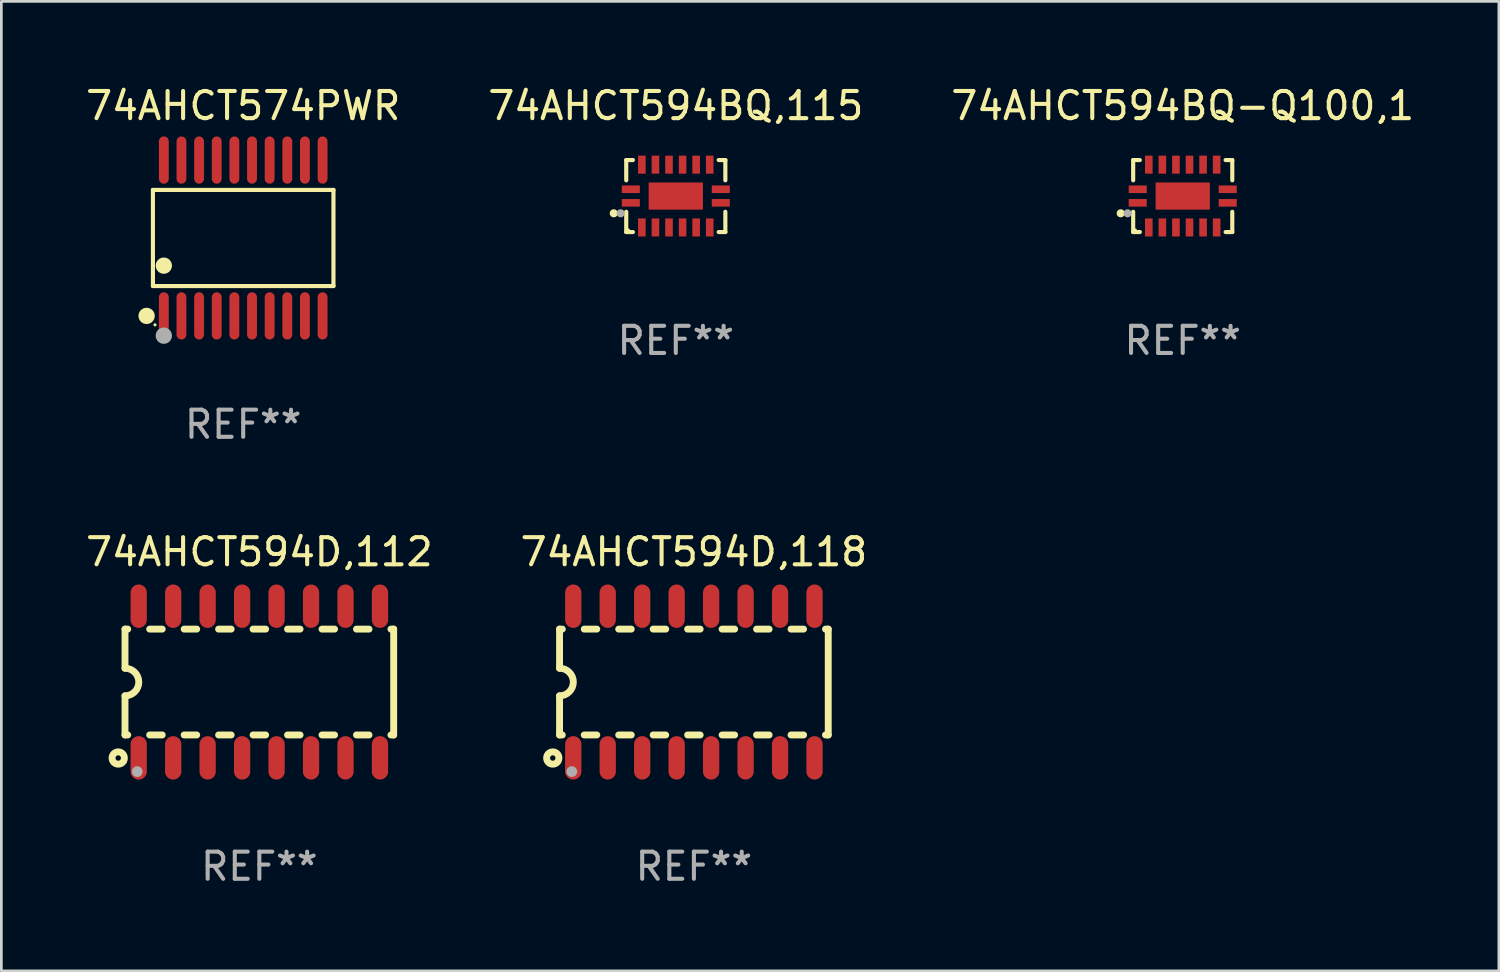
<source format=kicad_pcb>
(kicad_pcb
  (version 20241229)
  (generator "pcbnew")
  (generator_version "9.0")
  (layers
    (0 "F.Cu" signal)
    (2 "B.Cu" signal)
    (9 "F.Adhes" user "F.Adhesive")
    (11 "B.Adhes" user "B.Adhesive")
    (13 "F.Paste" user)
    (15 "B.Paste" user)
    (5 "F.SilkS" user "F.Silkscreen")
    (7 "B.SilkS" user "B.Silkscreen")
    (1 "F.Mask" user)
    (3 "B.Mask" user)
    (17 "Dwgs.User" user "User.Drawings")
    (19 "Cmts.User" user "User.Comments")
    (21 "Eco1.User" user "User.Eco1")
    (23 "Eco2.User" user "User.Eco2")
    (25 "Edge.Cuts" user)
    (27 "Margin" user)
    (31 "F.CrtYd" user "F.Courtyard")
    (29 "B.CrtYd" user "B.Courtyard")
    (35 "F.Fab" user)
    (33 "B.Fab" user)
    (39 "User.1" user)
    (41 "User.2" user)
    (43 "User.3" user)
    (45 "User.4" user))
  (footprint "74AHCT594BQ,115"
    (layer "F.Cu")
    (at 21.851 4.174)
    (property "Reference" "74AHCT594BQ,115" (at 0 -3.326 0) (layer "F.SilkS") (effects (font (size 1 1) (thickness 0.15))))
    (attr through_hole)
    (fp_line (start -1.826 -1.326) (end -1.58 -1.326) (stroke (width 0.152) (type solid)) (layer "F.SilkS"))
    (fp_line (start -1.826 -0.58) (end -1.826 -1.326) (stroke (width 0.152) (type solid)) (layer "F.SilkS"))
    (fp_line (start -1.826 0.58) (end -1.826 1.326) (stroke (width 0.152) (type solid)) (layer "F.SilkS"))
    (fp_line (start -1.826 1.326) (end -1.58 1.326) (stroke (width 0.152) (type solid)) (layer "F.SilkS"))
    (fp_line (start 1.826 -1.326) (end 1.58 -1.326) (stroke (width 0.152) (type solid)) (layer "F.SilkS"))
    (fp_line (start 1.826 -0.58) (end 1.826 -1.326) (stroke (width 0.152) (type solid)) (layer "F.SilkS"))
    (fp_line (start 1.826 0.58) (end 1.826 1.326) (stroke (width 0.152) (type solid)) (layer "F.SilkS"))
    (fp_line (start 1.826 1.326) (end 1.58 1.326) (stroke (width 0.152) (type solid)) (layer "F.SilkS"))
    (fp_circle (center -2.286 0.635) (end -2.211 0.635) (stroke (width 0.15) (type solid)) (fill no) (layer "F.SilkS"))
    (fp_circle (center -1.75 1.25) (end -1.72 1.25) (stroke (width 0.06) (type solid)) (fill no) (layer "F.SilkS"))
    (fp_circle (center -2.032 0.635) (end -1.957 0.635) (stroke (width 0.15) (type solid)) (fill no) (layer "F.Fab"))
    (fp_text user "REF**" (at 0 5.326 0) (layer "F.Fab") (effects (font (size 1 1) (thickness 0.15))))
    (pad "1" smd rect (at -1.658 0.25) (size 0.665 0.28) (layers "F.Cu" "F.Mask" "F.Paste"))
    (pad "2" smd rect (at -1.25 1.157) (size 0.28 0.665) (layers "F.Cu" "F.Mask" "F.Paste"))
    (pad "3" smd rect (at -0.75 1.157) (size 0.28 0.665) (layers "F.Cu" "F.Mask" "F.Paste"))
    (pad "4" smd rect (at -0.25 1.157) (size 0.28 0.665) (layers "F.Cu" "F.Mask" "F.Paste"))
    (pad "5" smd rect (at 0.25 1.157) (size 0.28 0.665) (layers "F.Cu" "F.Mask" "F.Paste"))
    (pad "6" smd rect (at 0.75 1.157) (size 0.28 0.665) (layers "F.Cu" "F.Mask" "F.Paste"))
    (pad "7" smd rect (at 1.25 1.157) (size 0.28 0.665) (layers "F.Cu" "F.Mask" "F.Paste"))
    (pad "8" smd rect (at 1.658 0.25) (size 0.665 0.28) (layers "F.Cu" "F.Mask" "F.Paste"))
    (pad "9" smd rect (at 1.658 -0.25) (size 0.665 0.28) (layers "F.Cu" "F.Mask" "F.Paste"))
    (pad "10" smd rect (at 1.25 -1.157) (size 0.28 0.665) (layers "F.Cu" "F.Mask" "F.Paste"))
    (pad "11" smd rect (at 0.75 -1.157) (size 0.28 0.665) (layers "F.Cu" "F.Mask" "F.Paste"))
    (pad "12" smd rect (at 0.25 -1.157) (size 0.28 0.665) (layers "F.Cu" "F.Mask" "F.Paste"))
    (pad "13" smd rect (at -0.25 -1.157) (size 0.28 0.665) (layers "F.Cu" "F.Mask" "F.Paste"))
    (pad "14" smd rect (at -0.75 -1.157) (size 0.28 0.665) (layers "F.Cu" "F.Mask" "F.Paste"))
    (pad "15" smd rect (at -1.25 -1.157) (size 0.28 0.665) (layers "F.Cu" "F.Mask" "F.Paste"))
    (pad "16" smd rect (at -1.658 -0.25) (size 0.665 0.28) (layers "F.Cu" "F.Mask" "F.Paste"))
    (pad "17" smd rect (at 0 0) (size 2 1) (layers "F.Cu" "F.Mask" "F.Paste")))
  (footprint "74AHCT594D,118"
    (layer "F.Cu")
    (at 22.518 22.081)
    (property "Reference" "74AHCT594D,118" (at 0 -4.794 0) (layer "F.SilkS") (effects (font (size 1 1) (thickness 0.15))))
    (attr through_hole)
    (fp_line (start -4.95 -1.95) (end -4.95 -0.508) (stroke (width 0.254) (type solid)) (layer "F.SilkS"))
    (fp_line (start -4.95 -1.95) (end -4.849 -1.95) (stroke (width 0.254) (type solid)) (layer "F.SilkS"))
    (fp_line (start -4.95 1.95) (end -4.95 0.508) (stroke (width 0.254) (type solid)) (layer "F.SilkS"))
    (fp_line (start -4.95 1.95) (end -4.849 1.95) (stroke (width 0.254) (type solid)) (layer "F.SilkS"))
    (fp_line (start -4.041 -1.95) (end -3.579 -1.95) (stroke (width 0.254) (type solid)) (layer "F.SilkS"))
    (fp_line (start -4.041 1.95) (end -3.579 1.95) (stroke (width 0.254) (type solid)) (layer "F.SilkS"))
    (fp_line (start -2.771 -1.95) (end -2.309 -1.95) (stroke (width 0.254) (type solid)) (layer "F.SilkS"))
    (fp_line (start -2.771 1.95) (end -2.309 1.95) (stroke (width 0.254) (type solid)) (layer "F.SilkS"))
    (fp_line (start -1.501 -1.95) (end -1.039 -1.95) (stroke (width 0.254) (type solid)) (layer "F.SilkS"))
    (fp_line (start -1.501 1.95) (end -1.039 1.95) (stroke (width 0.254) (type solid)) (layer "F.SilkS"))
    (fp_line (start -0.231 -1.95) (end 0.231 -1.95) (stroke (width 0.254) (type solid)) (layer "F.SilkS"))
    (fp_line (start -0.231 1.95) (end 0.231 1.95) (stroke (width 0.254) (type solid)) (layer "F.SilkS"))
    (fp_line (start 1.039 -1.95) (end 1.501 -1.95) (stroke (width 0.254) (type solid)) (layer "F.SilkS"))
    (fp_line (start 1.039 1.95) (end 1.501 1.95) (stroke (width 0.254) (type solid)) (layer "F.SilkS"))
    (fp_line (start 2.309 -1.95) (end 2.771 -1.95) (stroke (width 0.254) (type solid)) (layer "F.SilkS"))
    (fp_line (start 2.309 1.95) (end 2.771 1.95) (stroke (width 0.254) (type solid)) (layer "F.SilkS"))
    (fp_line (start 3.579 -1.95) (end 4.041 -1.95) (stroke (width 0.254) (type solid)) (layer "F.SilkS"))
    (fp_line (start 3.579 1.95) (end 4.041 1.95) (stroke (width 0.254) (type solid)) (layer "F.SilkS"))
    (fp_line (start 4.849 -1.95) (end 4.95 -1.95) (stroke (width 0.254) (type solid)) (layer "F.SilkS"))
    (fp_line (start 4.849 1.95) (end 4.95 1.95) (stroke (width 0.254) (type solid)) (layer "F.SilkS"))
    (fp_line (start 4.95 -1.95) (end 4.95 1.95) (stroke (width 0.254) (type solid)) (layer "F.SilkS"))
    (fp_arc (start -4.95047 -0.508001) (mid -4.442469 -0.000228) (end -4.950013 0.508001) (stroke (width 0.254001) (type solid)) (layer "F.SilkS"))
    (fp_circle (center -5.2 2.8) (end -5.1 2.8) (stroke (width 0.254) (type solid)) (fill no) (layer "F.SilkS"))
    (fp_circle (center -4.95 2.947) (end -4.92 2.947) (stroke (width 0.06) (type solid)) (fill no) (layer "F.SilkS"))
    (fp_circle (center -4.5 3.3) (end -4.4 3.3) (stroke (width 0.2) (type solid)) (fill no) (layer "F.Fab"))
    (fp_text user "REF**" (at 0 6.794 0) (layer "F.Fab") (effects (font (size 1 1) (thickness 0.15))))
    (pad "1" smd oval (at -4.445 2.794) (size 0.6 1.6) (layers "F.Cu" "F.Mask" "F.Paste"))
    (pad "2" smd oval (at -3.175 2.794) (size 0.6 1.6) (layers "F.Cu" "F.Mask" "F.Paste"))
    (pad "3" smd oval (at -1.905 2.794) (size 0.6 1.6) (layers "F.Cu" "F.Mask" "F.Paste"))
    (pad "4" smd oval (at -0.635 2.794) (size 0.6 1.6) (layers "F.Cu" "F.Mask" "F.Paste"))
    (pad "5" smd oval (at 0.635 2.794) (size 0.6 1.6) (layers "F.Cu" "F.Mask" "F.Paste"))
    (pad "6" smd oval (at 1.905 2.794) (size 0.6 1.6) (layers "F.Cu" "F.Mask" "F.Paste"))
    (pad "7" smd oval (at 3.175 2.794) (size 0.6 1.6) (layers "F.Cu" "F.Mask" "F.Paste"))
    (pad "8" smd oval (at 4.445 2.794) (size 0.6 1.6) (layers "F.Cu" "F.Mask" "F.Paste"))
    (pad "9" smd oval (at 4.445 -2.794) (size 0.6 1.6) (layers "F.Cu" "F.Mask" "F.Paste"))
    (pad "10" smd oval (at 3.175 -2.794) (size 0.6 1.6) (layers "F.Cu" "F.Mask" "F.Paste"))
    (pad "11" smd oval (at 1.905 -2.794) (size 0.6 1.6) (layers "F.Cu" "F.Mask" "F.Paste"))
    (pad "12" smd oval (at 0.635 -2.794) (size 0.6 1.6) (layers "F.Cu" "F.Mask" "F.Paste"))
    (pad "13" smd oval (at -0.635 -2.794) (size 0.6 1.6) (layers "F.Cu" "F.Mask" "F.Paste"))
    (pad "14" smd oval (at -1.905 -2.794) (size 0.6 1.6) (layers "F.Cu" "F.Mask" "F.Paste"))
    (pad "15" smd oval (at -3.175 -2.794) (size 0.6 1.6) (layers "F.Cu" "F.Mask" "F.Paste"))
    (pad "16" smd oval (at -4.445 -2.794) (size 0.6 1.6) (layers "F.Cu" "F.Mask" "F.Paste")))
  (footprint "74AHCT574PWR"
    (layer "F.Cu")
    (at 5.911 5.719)
    (property "Reference" "74AHCT574PWR" (at 0 -4.871 0) (layer "F.SilkS") (effects (font (size 1 1) (thickness 0.15))))
    (attr through_hole)
    (fp_line (start -3.326 -1.771) (end 3.326 -1.771) (stroke (width 0.152) (type solid)) (layer "F.SilkS"))
    (fp_line (start -3.326 1.771) (end -3.326 -1.771) (stroke (width 0.152) (type solid)) (layer "F.SilkS"))
    (fp_line (start 3.326 -1.771) (end 3.326 1.771) (stroke (width 0.152) (type solid)) (layer "F.SilkS"))
    (fp_line (start 3.326 1.771) (end -3.326 1.771) (stroke (width 0.152) (type solid)) (layer "F.SilkS"))
    (fp_circle (center -3.559 2.871) (end -3.409 2.871) (stroke (width 0.3) (type solid)) (fill no) (layer "F.SilkS"))
    (fp_circle (center -3.25 3.2) (end -3.22 3.2) (stroke (width 0.06) (type solid)) (fill no) (layer "F.SilkS"))
    (fp_circle (center -2.925 1.019) (end -2.775 1.019) (stroke (width 0.3) (type solid)) (fill no) (layer "F.SilkS"))
    (fp_circle (center -2.925 3.6) (end -2.775 3.6) (stroke (width 0.3) (type solid)) (fill no) (layer "F.Fab"))
    (fp_text user "REF**" (at 0 6.871 0) (layer "F.Fab") (effects (font (size 1 1) (thickness 0.15))))
    (pad "1" smd oval (at -2.925 2.871) (size 0.364 1.742) (layers "F.Cu" "F.Mask" "F.Paste"))
    (pad "2" smd oval (at -2.275 2.871) (size 0.364 1.742) (layers "F.Cu" "F.Mask" "F.Paste"))
    (pad "3" smd oval (at -1.625 2.871) (size 0.364 1.742) (layers "F.Cu" "F.Mask" "F.Paste"))
    (pad "4" smd oval (at -0.975 2.871) (size 0.364 1.742) (layers "F.Cu" "F.Mask" "F.Paste"))
    (pad "5" smd oval (at -0.325 2.871) (size 0.364 1.742) (layers "F.Cu" "F.Mask" "F.Paste"))
    (pad "6" smd oval (at 0.325 2.871) (size 0.364 1.742) (layers "F.Cu" "F.Mask" "F.Paste"))
    (pad "7" smd oval (at 0.975 2.871) (size 0.364 1.742) (layers "F.Cu" "F.Mask" "F.Paste"))
    (pad "8" smd oval (at 1.625 2.871) (size 0.364 1.742) (layers "F.Cu" "F.Mask" "F.Paste"))
    (pad "9" smd oval (at 2.275 2.871) (size 0.364 1.742) (layers "F.Cu" "F.Mask" "F.Paste"))
    (pad "10" smd oval (at 2.925 2.871) (size 0.364 1.742) (layers "F.Cu" "F.Mask" "F.Paste"))
    (pad "11" smd oval (at 2.925 -2.871) (size 0.364 1.742) (layers "F.Cu" "F.Mask" "F.Paste"))
    (pad "12" smd oval (at 2.275 -2.871) (size 0.364 1.742) (layers "F.Cu" "F.Mask" "F.Paste"))
    (pad "13" smd oval (at 1.625 -2.871) (size 0.364 1.742) (layers "F.Cu" "F.Mask" "F.Paste"))
    (pad "14" smd oval (at 0.975 -2.871) (size 0.364 1.742) (layers "F.Cu" "F.Mask" "F.Paste"))
    (pad "15" smd oval (at 0.325 -2.871) (size 0.364 1.742) (layers "F.Cu" "F.Mask" "F.Paste"))
    (pad "16" smd oval (at -0.325 -2.871) (size 0.364 1.742) (layers "F.Cu" "F.Mask" "F.Paste"))
    (pad "17" smd oval (at -0.975 -2.871) (size 0.364 1.742) (layers "F.Cu" "F.Mask" "F.Paste"))
    (pad "18" smd oval (at -1.625 -2.871) (size 0.364 1.742) (layers "F.Cu" "F.Mask" "F.Paste"))
    (pad "19" smd oval (at -2.275 -2.871) (size 0.364 1.742) (layers "F.Cu" "F.Mask" "F.Paste"))
    (pad "20" smd oval (at -2.925 -2.871) (size 0.364 1.742) (layers "F.Cu" "F.Mask" "F.Paste")))
  (footprint "74AHCT594D,112"
    (layer "F.Cu")
    (at 6.506 22.081)
    (property "Reference" "74AHCT594D,112" (at 0 -4.794 0) (layer "F.SilkS") (effects (font (size 1 1) (thickness 0.15))))
    (attr through_hole)
    (fp_line (start -4.95 -1.95) (end -4.95 -0.508) (stroke (width 0.254) (type solid)) (layer "F.SilkS"))
    (fp_line (start -4.95 -1.95) (end -4.849 -1.95) (stroke (width 0.254) (type solid)) (layer "F.SilkS"))
    (fp_line (start -4.95 1.95) (end -4.95 0.508) (stroke (width 0.254) (type solid)) (layer "F.SilkS"))
    (fp_line (start -4.95 1.95) (end -4.849 1.95) (stroke (width 0.254) (type solid)) (layer "F.SilkS"))
    (fp_line (start -4.041 -1.95) (end -3.579 -1.95) (stroke (width 0.254) (type solid)) (layer "F.SilkS"))
    (fp_line (start -4.041 1.95) (end -3.579 1.95) (stroke (width 0.254) (type solid)) (layer "F.SilkS"))
    (fp_line (start -2.771 -1.95) (end -2.309 -1.95) (stroke (width 0.254) (type solid)) (layer "F.SilkS"))
    (fp_line (start -2.771 1.95) (end -2.309 1.95) (stroke (width 0.254) (type solid)) (layer "F.SilkS"))
    (fp_line (start -1.501 -1.95) (end -1.039 -1.95) (stroke (width 0.254) (type solid)) (layer "F.SilkS"))
    (fp_line (start -1.501 1.95) (end -1.039 1.95) (stroke (width 0.254) (type solid)) (layer "F.SilkS"))
    (fp_line (start -0.231 -1.95) (end 0.231 -1.95) (stroke (width 0.254) (type solid)) (layer "F.SilkS"))
    (fp_line (start -0.231 1.95) (end 0.231 1.95) (stroke (width 0.254) (type solid)) (layer "F.SilkS"))
    (fp_line (start 1.039 -1.95) (end 1.501 -1.95) (stroke (width 0.254) (type solid)) (layer "F.SilkS"))
    (fp_line (start 1.039 1.95) (end 1.501 1.95) (stroke (width 0.254) (type solid)) (layer "F.SilkS"))
    (fp_line (start 2.309 -1.95) (end 2.771 -1.95) (stroke (width 0.254) (type solid)) (layer "F.SilkS"))
    (fp_line (start 2.309 1.95) (end 2.771 1.95) (stroke (width 0.254) (type solid)) (layer "F.SilkS"))
    (fp_line (start 3.579 -1.95) (end 4.041 -1.95) (stroke (width 0.254) (type solid)) (layer "F.SilkS"))
    (fp_line (start 3.579 1.95) (end 4.041 1.95) (stroke (width 0.254) (type solid)) (layer "F.SilkS"))
    (fp_line (start 4.849 -1.95) (end 4.95 -1.95) (stroke (width 0.254) (type solid)) (layer "F.SilkS"))
    (fp_line (start 4.849 1.95) (end 4.95 1.95) (stroke (width 0.254) (type solid)) (layer "F.SilkS"))
    (fp_line (start 4.95 -1.95) (end 4.95 1.95) (stroke (width 0.254) (type solid)) (layer "F.SilkS"))
    (fp_arc (start -4.95047 -0.508001) (mid -4.442469 -0.000228) (end -4.950013 0.508001) (stroke (width 0.254001) (type solid)) (layer "F.SilkS"))
    (fp_circle (center -5.2 2.8) (end -5.1 2.8) (stroke (width 0.254) (type solid)) (fill no) (layer "F.SilkS"))
    (fp_circle (center -4.95 2.947) (end -4.92 2.947) (stroke (width 0.06) (type solid)) (fill no) (layer "F.SilkS"))
    (fp_circle (center -4.5 3.3) (end -4.4 3.3) (stroke (width 0.2) (type solid)) (fill no) (layer "F.Fab"))
    (fp_text user "REF**" (at 0 6.794 0) (layer "F.Fab") (effects (font (size 1 1) (thickness 0.15))))
    (pad "1" smd oval (at -4.445 2.794) (size 0.6 1.6) (layers "F.Cu" "F.Mask" "F.Paste"))
    (pad "2" smd oval (at -3.175 2.794) (size 0.6 1.6) (layers "F.Cu" "F.Mask" "F.Paste"))
    (pad "3" smd oval (at -1.905 2.794) (size 0.6 1.6) (layers "F.Cu" "F.Mask" "F.Paste"))
    (pad "4" smd oval (at -0.635 2.794) (size 0.6 1.6) (layers "F.Cu" "F.Mask" "F.Paste"))
    (pad "5" smd oval (at 0.635 2.794) (size 0.6 1.6) (layers "F.Cu" "F.Mask" "F.Paste"))
    (pad "6" smd oval (at 1.905 2.794) (size 0.6 1.6) (layers "F.Cu" "F.Mask" "F.Paste"))
    (pad "7" smd oval (at 3.175 2.794) (size 0.6 1.6) (layers "F.Cu" "F.Mask" "F.Paste"))
    (pad "8" smd oval (at 4.445 2.794) (size 0.6 1.6) (layers "F.Cu" "F.Mask" "F.Paste"))
    (pad "9" smd oval (at 4.445 -2.794) (size 0.6 1.6) (layers "F.Cu" "F.Mask" "F.Paste"))
    (pad "10" smd oval (at 3.175 -2.794) (size 0.6 1.6) (layers "F.Cu" "F.Mask" "F.Paste"))
    (pad "11" smd oval (at 1.905 -2.794) (size 0.6 1.6) (layers "F.Cu" "F.Mask" "F.Paste"))
    (pad "12" smd oval (at 0.635 -2.794) (size 0.6 1.6) (layers "F.Cu" "F.Mask" "F.Paste"))
    (pad "13" smd oval (at -0.635 -2.794) (size 0.6 1.6) (layers "F.Cu" "F.Mask" "F.Paste"))
    (pad "14" smd oval (at -1.905 -2.794) (size 0.6 1.6) (layers "F.Cu" "F.Mask" "F.Paste"))
    (pad "15" smd oval (at -3.175 -2.794) (size 0.6 1.6) (layers "F.Cu" "F.Mask" "F.Paste"))
    (pad "16" smd oval (at -4.445 -2.794) (size 0.6 1.6) (layers "F.Cu" "F.Mask" "F.Paste")))
  (footprint "74AHCT594BQ-Q100,1"
    (layer "F.Cu")
    (at 40.53 4.174)
    (property "Reference" "74AHCT594BQ-Q100,1" (at 0 -3.326 0) (layer "F.SilkS") (effects (font (size 1 1) (thickness 0.15))))
    (attr through_hole)
    (fp_line (start -1.826 -1.326) (end -1.58 -1.326) (stroke (width 0.152) (type solid)) (layer "F.SilkS"))
    (fp_line (start -1.826 -0.58) (end -1.826 -1.326) (stroke (width 0.152) (type solid)) (layer "F.SilkS"))
    (fp_line (start -1.826 0.58) (end -1.826 1.326) (stroke (width 0.152) (type solid)) (layer "F.SilkS"))
    (fp_line (start -1.826 1.326) (end -1.58 1.326) (stroke (width 0.152) (type solid)) (layer "F.SilkS"))
    (fp_line (start 1.826 -1.326) (end 1.58 -1.326) (stroke (width 0.152) (type solid)) (layer "F.SilkS"))
    (fp_line (start 1.826 -0.58) (end 1.826 -1.326) (stroke (width 0.152) (type solid)) (layer "F.SilkS"))
    (fp_line (start 1.826 0.58) (end 1.826 1.326) (stroke (width 0.152) (type solid)) (layer "F.SilkS"))
    (fp_line (start 1.826 1.326) (end 1.58 1.326) (stroke (width 0.152) (type solid)) (layer "F.SilkS"))
    (fp_circle (center -2.286 0.635) (end -2.211 0.635) (stroke (width 0.15) (type solid)) (fill no) (layer "F.SilkS"))
    (fp_circle (center -1.75 1.25) (end -1.72 1.25) (stroke (width 0.06) (type solid)) (fill no) (layer "F.SilkS"))
    (fp_circle (center -2.032 0.635) (end -1.957 0.635) (stroke (width 0.15) (type solid)) (fill no) (layer "F.Fab"))
    (fp_text user "REF**" (at 0 5.326 0) (layer "F.Fab") (effects (font (size 1 1) (thickness 0.15))))
    (pad "1" smd rect (at -1.658 0.25) (size 0.665 0.28) (layers "F.Cu" "F.Mask" "F.Paste"))
    (pad "2" smd rect (at -1.25 1.157) (size 0.28 0.665) (layers "F.Cu" "F.Mask" "F.Paste"))
    (pad "3" smd rect (at -0.75 1.157) (size 0.28 0.665) (layers "F.Cu" "F.Mask" "F.Paste"))
    (pad "4" smd rect (at -0.25 1.157) (size 0.28 0.665) (layers "F.Cu" "F.Mask" "F.Paste"))
    (pad "5" smd rect (at 0.25 1.157) (size 0.28 0.665) (layers "F.Cu" "F.Mask" "F.Paste"))
    (pad "6" smd rect (at 0.75 1.157) (size 0.28 0.665) (layers "F.Cu" "F.Mask" "F.Paste"))
    (pad "7" smd rect (at 1.25 1.157) (size 0.28 0.665) (layers "F.Cu" "F.Mask" "F.Paste"))
    (pad "8" smd rect (at 1.658 0.25) (size 0.665 0.28) (layers "F.Cu" "F.Mask" "F.Paste"))
    (pad "9" smd rect (at 1.658 -0.25) (size 0.665 0.28) (layers "F.Cu" "F.Mask" "F.Paste"))
    (pad "10" smd rect (at 1.25 -1.157) (size 0.28 0.665) (layers "F.Cu" "F.Mask" "F.Paste"))
    (pad "11" smd rect (at 0.75 -1.157) (size 0.28 0.665) (layers "F.Cu" "F.Mask" "F.Paste"))
    (pad "12" smd rect (at 0.25 -1.157) (size 0.28 0.665) (layers "F.Cu" "F.Mask" "F.Paste"))
    (pad "13" smd rect (at -0.25 -1.157) (size 0.28 0.665) (layers "F.Cu" "F.Mask" "F.Paste"))
    (pad "14" smd rect (at -0.75 -1.157) (size 0.28 0.665) (layers "F.Cu" "F.Mask" "F.Paste"))
    (pad "15" smd rect (at -1.25 -1.157) (size 0.28 0.665) (layers "F.Cu" "F.Mask" "F.Paste"))
    (pad "16" smd rect (at -1.658 -0.25) (size 0.665 0.28) (layers "F.Cu" "F.Mask" "F.Paste"))
    (pad "17" smd rect (at 0 0) (size 2 1) (layers "F.Cu" "F.Mask" "F.Paste")))
  (gr_rect
    (start -3 -3)
    (end 52.179 32.723)
    (stroke (width 0.1) (type default))
    (fill no)
    (layer "Edge.Cuts")))
</source>
